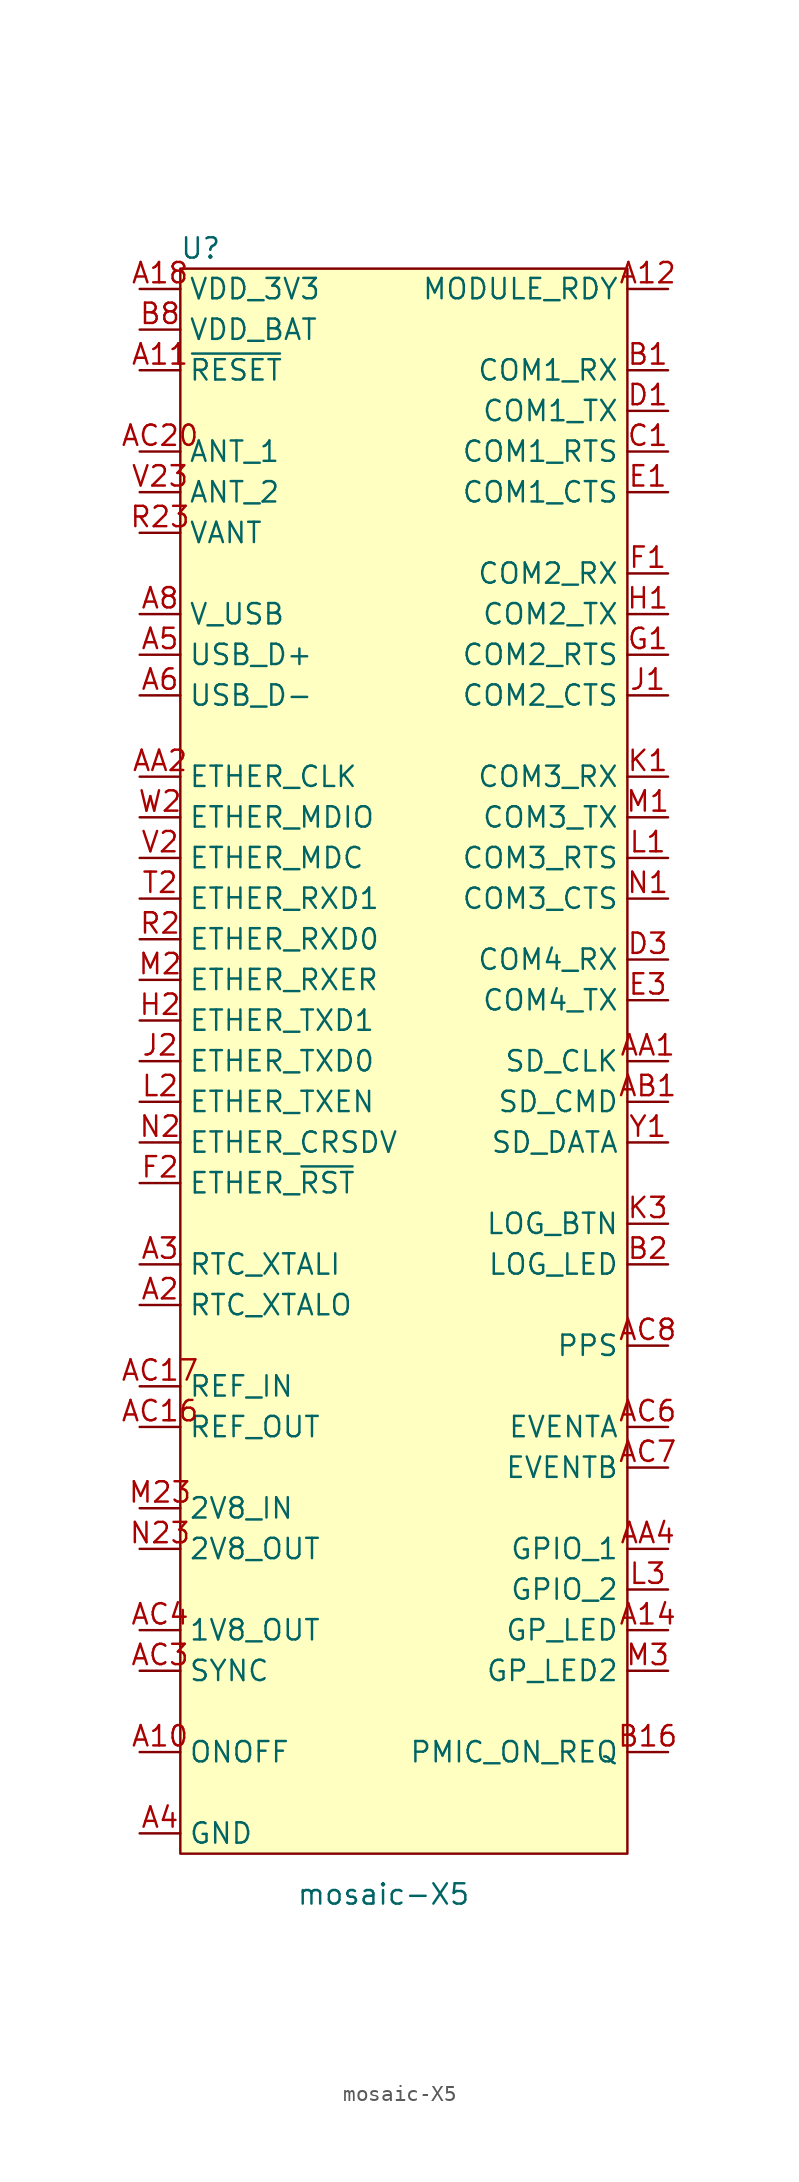
<source format=kicad_sym>
(kicad_symbol_lib
  (version 20241209)
  (generator "kicad_symbol_editor")
  (generator_version "9.0")
  (symbol "mosaic-X5"
    (property "Reference" "U"
      (at -12.7 44.45 0)
      (effects (font (size 1.27 1.27))))
    (property "Value" "mosaic-X5"
      (at -1.27 -58.42 0)
      (effects (font (size 1.27 1.27))))
    (symbol "mosaic-X5_1_1"
      (rectangle (start -13.97 43.18) (end 13.97 -55.88) (stroke (width 0) (type default)) (fill (type background)))
      (pin power_in line (at -16.51 41.91 0) (length 2.54) (name "VDD_3V3" (effects (font (size 1.27 1.27)))) (number "A18" (effects (font (size 1.27 1.27)))))
      (pin power_in line (at -16.51 41.91 0) (length 2.54) (hide yes) (name "VDD_3V3" (effects (font (size 1.27 1.27)))) (number "A19" (effects (font (size 1.27 1.27)))))
      (pin power_in line (at -16.51 41.91 0) (length 2.54) (hide yes) (name "VDD_3V3" (effects (font (size 1.27 1.27)))) (number "A20" (effects (font (size 1.27 1.27)))))
      (pin power_in line (at -16.51 41.91 0) (length 2.54) (hide yes) (name "VDD_3V3" (effects (font (size 1.27 1.27)))) (number "B18" (effects (font (size 1.27 1.27)))))
      (pin power_in line (at -16.51 41.91 0) (length 2.54) (hide yes) (name "VDD_3V3" (effects (font (size 1.27 1.27)))) (number "B19" (effects (font (size 1.27 1.27)))))
      (pin power_in line (at -16.51 41.91 0) (length 2.54) (hide yes) (name "VDD_3V3" (effects (font (size 1.27 1.27)))) (number "B20" (effects (font (size 1.27 1.27)))))
      (pin power_in line (at -16.51 41.91 0) (length 2.54) (hide yes) (name "VDD_3V3" (effects (font (size 1.27 1.27)))) (number "C18" (effects (font (size 1.27 1.27)))))
      (pin power_in line (at -16.51 41.91 0) (length 2.54) (hide yes) (name "VDD_3V3" (effects (font (size 1.27 1.27)))) (number "C19" (effects (font (size 1.27 1.27)))))
      (pin power_in line (at -16.51 41.91 0) (length 2.54) (hide yes) (name "VDD_3V3" (effects (font (size 1.27 1.27)))) (number "C20" (effects (font (size 1.27 1.27)))))
      (pin power_in line (at -16.51 39.37 0) (length 2.54) (name "VDD_BAT" (effects (font (size 1.27 1.27)))) (number "B8" (effects (font (size 1.27 1.27)))))
      (pin input line (at -16.51 36.83 0) (length 2.54) (name "~{RESET}" (effects (font (size 1.27 1.27)))) (number "A11" (effects (font (size 1.27 1.27)))))
      (pin input line (at -16.51 31.75 0) (length 2.54) (name "ANT_1" (effects (font (size 1.27 1.27)))) (number "AC20" (effects (font (size 1.27 1.27)))))
      (pin input line (at -16.51 29.21 0) (length 2.54) (name "ANT_2" (effects (font (size 1.27 1.27)))) (number "V23" (effects (font (size 1.27 1.27)))))
      (pin power_in line (at -16.51 26.67 0) (length 2.54) (hide yes) (name "VANT" (effects (font (size 1.27 1.27)))) (number "P23" (effects (font (size 1.27 1.27)))))
      (pin power_in line (at -16.51 26.67 0) (length 2.54) (name "VANT" (effects (font (size 1.27 1.27)))) (number "R23" (effects (font (size 1.27 1.27)))))
      (pin power_in line (at -16.51 21.59 0) (length 2.54) (name "V_USB" (effects (font (size 1.27 1.27)))) (number "A8" (effects (font (size 1.27 1.27)))))
      (pin bidirectional line (at -16.51 19.05 0) (length 2.54) (name "USB_D+" (effects (font (size 1.27 1.27)))) (number "A5" (effects (font (size 1.27 1.27)))))
      (pin bidirectional line (at -16.51 16.51 0) (length 2.54) (name "USB_D-" (effects (font (size 1.27 1.27)))) (number "A6" (effects (font (size 1.27 1.27)))))
      (pin output line (at -16.51 11.43 0) (length 2.54) (name "ETHER_CLK" (effects (font (size 1.27 1.27)))) (number "AA2" (effects (font (size 1.27 1.27)))))
      (pin bidirectional line (at -16.51 8.89 0) (length 2.54) (name "ETHER_MDIO" (effects (font (size 1.27 1.27)))) (number "W2" (effects (font (size 1.27 1.27)))))
      (pin output line (at -16.51 6.35 0) (length 2.54) (name "ETHER_MDC" (effects (font (size 1.27 1.27)))) (number "V2" (effects (font (size 1.27 1.27)))))
      (pin input line (at -16.51 3.81 0) (length 2.54) (name "ETHER_RXD1" (effects (font (size 1.27 1.27)))) (number "T2" (effects (font (size 1.27 1.27)))))
      (pin input line (at -16.51 1.27 0) (length 2.54) (name "ETHER_RXD0" (effects (font (size 1.27 1.27)))) (number "R2" (effects (font (size 1.27 1.27)))))
      (pin input line (at -16.51 -1.27 0) (length 2.54) (name "ETHER_RXER" (effects (font (size 1.27 1.27)))) (number "M2" (effects (font (size 1.27 1.27)))))
      (pin output line (at -16.51 -3.81 0) (length 2.54) (name "ETHER_TXD1" (effects (font (size 1.27 1.27)))) (number "H2" (effects (font (size 1.27 1.27)))))
      (pin output line (at -16.51 -6.35 0) (length 2.54) (name "ETHER_TXD0" (effects (font (size 1.27 1.27)))) (number "J2" (effects (font (size 1.27 1.27)))))
      (pin output line (at -16.51 -8.89 0) (length 2.54) (name "ETHER_TXEN" (effects (font (size 1.27 1.27)))) (number "L2" (effects (font (size 1.27 1.27)))))
      (pin input line (at -16.51 -11.43 0) (length 2.54) (name "ETHER_CRSDV" (effects (font (size 1.27 1.27)))) (number "N2" (effects (font (size 1.27 1.27)))))
      (pin output line (at -16.51 -13.97 0) (length 2.54) (name "ETHER_~{RST}" (effects (font (size 1.27 1.27)))) (number "F2" (effects (font (size 1.27 1.27)))))
      (pin input line (at -16.51 -19.05 0) (length 2.54) (name "RTC_XTALI" (effects (font (size 1.27 1.27)))) (number "A3" (effects (font (size 1.27 1.27)))))
      (pin output line (at -16.51 -21.59 0) (length 2.54) (name "RTC_XTALO" (effects (font (size 1.27 1.27)))) (number "A2" (effects (font (size 1.27 1.27)))))
      (pin input line (at -16.51 -26.67 0) (length 2.54) (name "REF_IN" (effects (font (size 1.27 1.27)))) (number "AC17" (effects (font (size 1.27 1.27)))))
      (pin output line (at -16.51 -29.21 0) (length 2.54) (name "REF_OUT" (effects (font (size 1.27 1.27)))) (number "AC16" (effects (font (size 1.27 1.27)))))
      (pin power_in line (at -16.51 -34.29 0) (length 2.54) (name "2V8_IN" (effects (font (size 1.27 1.27)))) (number "M23" (effects (font (size 1.27 1.27)))))
      (pin power_out line (at -16.51 -36.83 0) (length 2.54) (name "2V8_OUT" (effects (font (size 1.27 1.27)))) (number "N23" (effects (font (size 1.27 1.27)))))
      (pin power_out line (at -16.51 -41.91 0) (length 2.54) (name "1V8_OUT" (effects (font (size 1.27 1.27)))) (number "AC4" (effects (font (size 1.27 1.27)))))
      (pin input line (at -16.51 -44.45 0) (length 2.54) (name "SYNC" (effects (font (size 1.27 1.27)))) (number "AC3" (effects (font (size 1.27 1.27)))))
      (pin input line (at -16.51 -49.53 0) (length 2.54) (name "ONOFF" (effects (font (size 1.27 1.27)))) (number "A10" (effects (font (size 1.27 1.27)))))
      (pin power_in line (at -16.51 -54.61 0) (length 2.54) (hide yes) (name "GND" (effects (font (size 1.27 1.27)))) (number "A15" (effects (font (size 1.27 1.27)))))
      (pin power_in line (at -16.51 -54.61 0) (length 2.54) (hide yes) (name "GND" (effects (font (size 1.27 1.27)))) (number "A16" (effects (font (size 1.27 1.27)))))
      (pin power_in line (at -16.51 -54.61 0) (length 2.54) (hide yes) (name "GND" (effects (font (size 1.27 1.27)))) (number "A17" (effects (font (size 1.27 1.27)))))
      (pin power_in line (at -16.51 -54.61 0) (length 2.54) (hide yes) (name "GND" (effects (font (size 1.27 1.27)))) (number "A21" (effects (font (size 1.27 1.27)))))
      (pin power_in line (at -16.51 -54.61 0) (length 2.54) (hide yes) (name "GND" (effects (font (size 1.27 1.27)))) (number "A22" (effects (font (size 1.27 1.27)))))
      (pin power_in line (at -16.51 -54.61 0) (length 2.54) (hide yes) (name "GND" (effects (font (size 1.27 1.27)))) (number "A23" (effects (font (size 1.27 1.27)))))
      (pin power_in line (at -16.51 -54.61 0) (length 2.54) (name "GND" (effects (font (size 1.27 1.27)))) (number "A4" (effects (font (size 1.27 1.27)))))
      (pin power_in line (at -16.51 -54.61 0) (length 2.54) (hide yes) (name "GND" (effects (font (size 1.27 1.27)))) (number "A7" (effects (font (size 1.27 1.27)))))
      (pin power_in line (at -16.51 -54.61 0) (length 2.54) (hide yes) (name "GND" (effects (font (size 1.27 1.27)))) (number "AA13" (effects (font (size 1.27 1.27)))))
      (pin power_in line (at -16.51 -54.61 0) (length 2.54) (hide yes) (name "GND" (effects (font (size 1.27 1.27)))) (number "AA14" (effects (font (size 1.27 1.27)))))
      (pin power_in line (at -16.51 -54.61 0) (length 2.54) (hide yes) (name "GND" (effects (font (size 1.27 1.27)))) (number "AA15" (effects (font (size 1.27 1.27)))))
      (pin power_in line (at -16.51 -54.61 0) (length 2.54) (hide yes) (name "GND" (effects (font (size 1.27 1.27)))) (number "AA16" (effects (font (size 1.27 1.27)))))
      (pin power_in line (at -16.51 -54.61 0) (length 2.54) (hide yes) (name "GND" (effects (font (size 1.27 1.27)))) (number "AA17" (effects (font (size 1.27 1.27)))))
      (pin power_in line (at -16.51 -54.61 0) (length 2.54) (hide yes) (name "GND" (effects (font (size 1.27 1.27)))) (number "AA18" (effects (font (size 1.27 1.27)))))
      (pin power_in line (at -16.51 -54.61 0) (length 2.54) (hide yes) (name "GND" (effects (font (size 1.27 1.27)))) (number "AA19" (effects (font (size 1.27 1.27)))))
      (pin power_in line (at -16.51 -54.61 0) (length 2.54) (hide yes) (name "GND" (effects (font (size 1.27 1.27)))) (number "AA20" (effects (font (size 1.27 1.27)))))
      (pin power_in line (at -16.51 -54.61 0) (length 2.54) (hide yes) (name "GND" (effects (font (size 1.27 1.27)))) (number "AA21" (effects (font (size 1.27 1.27)))))
      (pin power_in line (at -16.51 -54.61 0) (length 2.54) (hide yes) (name "GND" (effects (font (size 1.27 1.27)))) (number "AA22" (effects (font (size 1.27 1.27)))))
      (pin power_in line (at -16.51 -54.61 0) (length 2.54) (hide yes) (name "GND" (effects (font (size 1.27 1.27)))) (number "AA23" (effects (font (size 1.27 1.27)))))
      (pin power_in line (at -16.51 -54.61 0) (length 2.54) (hide yes) (name "GND" (effects (font (size 1.27 1.27)))) (number "AB13" (effects (font (size 1.27 1.27)))))
      (pin power_in line (at -16.51 -54.61 0) (length 2.54) (hide yes) (name "GND" (effects (font (size 1.27 1.27)))) (number "AB14" (effects (font (size 1.27 1.27)))))
      (pin power_in line (at -16.51 -54.61 0) (length 2.54) (hide yes) (name "GND" (effects (font (size 1.27 1.27)))) (number "AB15" (effects (font (size 1.27 1.27)))))
      (pin power_in line (at -16.51 -54.61 0) (length 2.54) (hide yes) (name "GND" (effects (font (size 1.27 1.27)))) (number "AB16" (effects (font (size 1.27 1.27)))))
      (pin power_in line (at -16.51 -54.61 0) (length 2.54) (hide yes) (name "GND" (effects (font (size 1.27 1.27)))) (number "AB17" (effects (font (size 1.27 1.27)))))
      (pin power_in line (at -16.51 -54.61 0) (length 2.54) (hide yes) (name "GND" (effects (font (size 1.27 1.27)))) (number "AB18" (effects (font (size 1.27 1.27)))))
      (pin power_in line (at -16.51 -54.61 0) (length 2.54) (hide yes) (name "GND" (effects (font (size 1.27 1.27)))) (number "AB19" (effects (font (size 1.27 1.27)))))
      (pin power_in line (at -16.51 -54.61 0) (length 2.54) (hide yes) (name "GND" (effects (font (size 1.27 1.27)))) (number "AB2" (effects (font (size 1.27 1.27)))))
      (pin power_in line (at -16.51 -54.61 0) (length 2.54) (hide yes) (name "GND" (effects (font (size 1.27 1.27)))) (number "AB20" (effects (font (size 1.27 1.27)))))
      (pin power_in line (at -16.51 -54.61 0) (length 2.54) (hide yes) (name "GND" (effects (font (size 1.27 1.27)))) (number "AB21" (effects (font (size 1.27 1.27)))))
      (pin power_in line (at -16.51 -54.61 0) (length 2.54) (hide yes) (name "GND" (effects (font (size 1.27 1.27)))) (number "AB22" (effects (font (size 1.27 1.27)))))
      (pin power_in line (at -16.51 -54.61 0) (length 2.54) (hide yes) (name "GND" (effects (font (size 1.27 1.27)))) (number "AB23" (effects (font (size 1.27 1.27)))))
      (pin power_in line (at -16.51 -54.61 0) (length 2.54) (hide yes) (name "GND" (effects (font (size 1.27 1.27)))) (number "AB3" (effects (font (size 1.27 1.27)))))
      (pin power_in line (at -16.51 -54.61 0) (length 2.54) (hide yes) (name "GND" (effects (font (size 1.27 1.27)))) (number "AB4" (effects (font (size 1.27 1.27)))))
      (pin power_in line (at -16.51 -54.61 0) (length 2.54) (hide yes) (name "GND" (effects (font (size 1.27 1.27)))) (number "AB5" (effects (font (size 1.27 1.27)))))
      (pin power_in line (at -16.51 -54.61 0) (length 2.54) (hide yes) (name "GND" (effects (font (size 1.27 1.27)))) (number "AB6" (effects (font (size 1.27 1.27)))))
      (pin power_in line (at -16.51 -54.61 0) (length 2.54) (hide yes) (name "GND" (effects (font (size 1.27 1.27)))) (number "AB7" (effects (font (size 1.27 1.27)))))
      (pin power_in line (at -16.51 -54.61 0) (length 2.54) (hide yes) (name "GND" (effects (font (size 1.27 1.27)))) (number "AB8" (effects (font (size 1.27 1.27)))))
      (pin power_in line (at -16.51 -54.61 0) (length 2.54) (hide yes) (name "GND" (effects (font (size 1.27 1.27)))) (number "AC13" (effects (font (size 1.27 1.27)))))
      (pin power_in line (at -16.51 -54.61 0) (length 2.54) (hide yes) (name "GND" (effects (font (size 1.27 1.27)))) (number "AC15" (effects (font (size 1.27 1.27)))))
      (pin power_in line (at -16.51 -54.61 0) (length 2.54) (hide yes) (name "GND" (effects (font (size 1.27 1.27)))) (number "AC18" (effects (font (size 1.27 1.27)))))
      (pin power_in line (at -16.51 -54.61 0) (length 2.54) (hide yes) (name "GND" (effects (font (size 1.27 1.27)))) (number "AC19" (effects (font (size 1.27 1.27)))))
      (pin power_in line (at -16.51 -54.61 0) (length 2.54) (hide yes) (name "GND" (effects (font (size 1.27 1.27)))) (number "AC21" (effects (font (size 1.27 1.27)))))
      (pin power_in line (at -16.51 -54.61 0) (length 2.54) (hide yes) (name "GND" (effects (font (size 1.27 1.27)))) (number "AC22" (effects (font (size 1.27 1.27)))))
      (pin power_in line (at -16.51 -54.61 0) (length 2.54) (hide yes) (name "GND" (effects (font (size 1.27 1.27)))) (number "AC23" (effects (font (size 1.27 1.27)))))
      (pin power_in line (at -16.51 -54.61 0) (length 2.54) (hide yes) (name "GND" (effects (font (size 1.27 1.27)))) (number "B13" (effects (font (size 1.27 1.27)))))
      (pin power_in line (at -16.51 -54.61 0) (length 2.54) (hide yes) (name "GND" (effects (font (size 1.27 1.27)))) (number "B17" (effects (font (size 1.27 1.27)))))
      (pin power_in line (at -16.51 -54.61 0) (length 2.54) (hide yes) (name "GND" (effects (font (size 1.27 1.27)))) (number "B21" (effects (font (size 1.27 1.27)))))
      (pin power_in line (at -16.51 -54.61 0) (length 2.54) (hide yes) (name "GND" (effects (font (size 1.27 1.27)))) (number "B4" (effects (font (size 1.27 1.27)))))
      (pin power_in line (at -16.51 -54.61 0) (length 2.54) (hide yes) (name "GND" (effects (font (size 1.27 1.27)))) (number "B5" (effects (font (size 1.27 1.27)))))
      (pin power_in line (at -16.51 -54.61 0) (length 2.54) (hide yes) (name "GND" (effects (font (size 1.27 1.27)))) (number "B6" (effects (font (size 1.27 1.27)))))
      (pin power_in line (at -16.51 -54.61 0) (length 2.54) (hide yes) (name "GND" (effects (font (size 1.27 1.27)))) (number "B7" (effects (font (size 1.27 1.27)))))
      (pin power_in line (at -16.51 -54.61 0) (length 2.54) (hide yes) (name "GND" (effects (font (size 1.27 1.27)))) (number "C15" (effects (font (size 1.27 1.27)))))
      (pin power_in line (at -16.51 -54.61 0) (length 2.54) (hide yes) (name "GND" (effects (font (size 1.27 1.27)))) (number "C16" (effects (font (size 1.27 1.27)))))
      (pin power_in line (at -16.51 -54.61 0) (length 2.54) (hide yes) (name "GND" (effects (font (size 1.27 1.27)))) (number "C17" (effects (font (size 1.27 1.27)))))
      (pin power_in line (at -16.51 -54.61 0) (length 2.54) (hide yes) (name "GND" (effects (font (size 1.27 1.27)))) (number "C23" (effects (font (size 1.27 1.27)))))
      (pin power_in line (at -16.51 -54.61 0) (length 2.54) (hide yes) (name "GND" (effects (font (size 1.27 1.27)))) (number "C4" (effects (font (size 1.27 1.27)))))
      (pin power_in line (at -16.51 -54.61 0) (length 2.54) (hide yes) (name "GND" (effects (font (size 1.27 1.27)))) (number "C7" (effects (font (size 1.27 1.27)))))
      (pin power_in line (at -16.51 -54.61 0) (length 2.54) (hide yes) (name "GND" (effects (font (size 1.27 1.27)))) (number "D2" (effects (font (size 1.27 1.27)))))
      (pin power_in line (at -16.51 -54.61 0) (length 2.54) (hide yes) (name "GND" (effects (font (size 1.27 1.27)))) (number "D21" (effects (font (size 1.27 1.27)))))
      (pin power_in line (at -16.51 -54.61 0) (length 2.54) (hide yes) (name "GND" (effects (font (size 1.27 1.27)))) (number "D22" (effects (font (size 1.27 1.27)))))
      (pin power_in line (at -16.51 -54.61 0) (length 2.54) (hide yes) (name "GND" (effects (font (size 1.27 1.27)))) (number "D23" (effects (font (size 1.27 1.27)))))
      (pin power_in line (at -16.51 -54.61 0) (length 2.54) (hide yes) (name "GND" (effects (font (size 1.27 1.27)))) (number "E2" (effects (font (size 1.27 1.27)))))
      (pin power_in line (at -16.51 -54.61 0) (length 2.54) (hide yes) (name "GND" (effects (font (size 1.27 1.27)))) (number "E21" (effects (font (size 1.27 1.27)))))
      (pin power_in line (at -16.51 -54.61 0) (length 2.54) (hide yes) (name "GND" (effects (font (size 1.27 1.27)))) (number "E22" (effects (font (size 1.27 1.27)))))
      (pin power_in line (at -16.51 -54.61 0) (length 2.54) (hide yes) (name "GND" (effects (font (size 1.27 1.27)))) (number "E23" (effects (font (size 1.27 1.27)))))
      (pin power_in line (at -16.51 -54.61 0) (length 2.54) (hide yes) (name "GND" (effects (font (size 1.27 1.27)))) (number "F21" (effects (font (size 1.27 1.27)))))
      (pin power_in line (at -16.51 -54.61 0) (length 2.54) (hide yes) (name "GND" (effects (font (size 1.27 1.27)))) (number "F22" (effects (font (size 1.27 1.27)))))
      (pin power_in line (at -16.51 -54.61 0) (length 2.54) (hide yes) (name "GND" (effects (font (size 1.27 1.27)))) (number "F23" (effects (font (size 1.27 1.27)))))
      (pin power_in line (at -16.51 -54.61 0) (length 2.54) (hide yes) (name "GND" (effects (font (size 1.27 1.27)))) (number "G2" (effects (font (size 1.27 1.27)))))
      (pin power_in line (at -16.51 -54.61 0) (length 2.54) (hide yes) (name "GND" (effects (font (size 1.27 1.27)))) (number "G21" (effects (font (size 1.27 1.27)))))
      (pin power_in line (at -16.51 -54.61 0) (length 2.54) (hide yes) (name "GND" (effects (font (size 1.27 1.27)))) (number "G23" (effects (font (size 1.27 1.27)))))
      (pin power_in line (at -16.51 -54.61 0) (length 2.54) (hide yes) (name "GND" (effects (font (size 1.27 1.27)))) (number "H21" (effects (font (size 1.27 1.27)))))
      (pin power_in line (at -16.51 -54.61 0) (length 2.54) (hide yes) (name "GND" (effects (font (size 1.27 1.27)))) (number "H22" (effects (font (size 1.27 1.27)))))
      (pin power_in line (at -16.51 -54.61 0) (length 2.54) (hide yes) (name "GND" (effects (font (size 1.27 1.27)))) (number "H23" (effects (font (size 1.27 1.27)))))
      (pin power_in line (at -16.51 -54.61 0) (length 2.54) (hide yes) (name "GND" (effects (font (size 1.27 1.27)))) (number "J21" (effects (font (size 1.27 1.27)))))
      (pin power_in line (at -16.51 -54.61 0) (length 2.54) (hide yes) (name "GND" (effects (font (size 1.27 1.27)))) (number "J22" (effects (font (size 1.27 1.27)))))
      (pin power_in line (at -16.51 -54.61 0) (length 2.54) (hide yes) (name "GND" (effects (font (size 1.27 1.27)))) (number "J23" (effects (font (size 1.27 1.27)))))
      (pin power_in line (at -16.51 -54.61 0) (length 2.54) (hide yes) (name "GND" (effects (font (size 1.27 1.27)))) (number "K2" (effects (font (size 1.27 1.27)))))
      (pin power_in line (at -16.51 -54.61 0) (length 2.54) (hide yes) (name "GND" (effects (font (size 1.27 1.27)))) (number "K21" (effects (font (size 1.27 1.27)))))
      (pin power_in line (at -16.51 -54.61 0) (length 2.54) (hide yes) (name "GND" (effects (font (size 1.27 1.27)))) (number "K22" (effects (font (size 1.27 1.27)))))
      (pin power_in line (at -16.51 -54.61 0) (length 2.54) (hide yes) (name "GND" (effects (font (size 1.27 1.27)))) (number "K23" (effects (font (size 1.27 1.27)))))
      (pin power_in line (at -16.51 -54.61 0) (length 2.54) (hide yes) (name "GND" (effects (font (size 1.27 1.27)))) (number "L21" (effects (font (size 1.27 1.27)))))
      (pin power_in line (at -16.51 -54.61 0) (length 2.54) (hide yes) (name "GND" (effects (font (size 1.27 1.27)))) (number "L22" (effects (font (size 1.27 1.27)))))
      (pin power_in line (at -16.51 -54.61 0) (length 2.54) (hide yes) (name "GND" (effects (font (size 1.27 1.27)))) (number "L23" (effects (font (size 1.27 1.27)))))
      (pin power_in line (at -16.51 -54.61 0) (length 2.54) (hide yes) (name "GND" (effects (font (size 1.27 1.27)))) (number "M21" (effects (font (size 1.27 1.27)))))
      (pin power_in line (at -16.51 -54.61 0) (length 2.54) (hide yes) (name "GND" (effects (font (size 1.27 1.27)))) (number "M22" (effects (font (size 1.27 1.27)))))
      (pin power_in line (at -16.51 -54.61 0) (length 2.54) (hide yes) (name "GND" (effects (font (size 1.27 1.27)))) (number "N21" (effects (font (size 1.27 1.27)))))
      (pin power_in line (at -16.51 -54.61 0) (length 2.54) (hide yes) (name "GND" (effects (font (size 1.27 1.27)))) (number "N22" (effects (font (size 1.27 1.27)))))
      (pin power_in line (at -16.51 -54.61 0) (length 2.54) (hide yes) (name "GND" (effects (font (size 1.27 1.27)))) (number "P1" (effects (font (size 1.27 1.27)))))
      (pin power_in line (at -16.51 -54.61 0) (length 2.54) (hide yes) (name "GND" (effects (font (size 1.27 1.27)))) (number "P2" (effects (font (size 1.27 1.27)))))
      (pin power_in line (at -16.51 -54.61 0) (length 2.54) (hide yes) (name "GND" (effects (font (size 1.27 1.27)))) (number "P21" (effects (font (size 1.27 1.27)))))
      (pin power_in line (at -16.51 -54.61 0) (length 2.54) (hide yes) (name "GND" (effects (font (size 1.27 1.27)))) (number "P22" (effects (font (size 1.27 1.27)))))
      (pin power_in line (at -16.51 -54.61 0) (length 2.54) (hide yes) (name "GND" (effects (font (size 1.27 1.27)))) (number "P3" (effects (font (size 1.27 1.27)))))
      (pin power_in line (at -16.51 -54.61 0) (length 2.54) (hide yes) (name "GND" (effects (font (size 1.27 1.27)))) (number "R21" (effects (font (size 1.27 1.27)))))
      (pin power_in line (at -16.51 -54.61 0) (length 2.54) (hide yes) (name "GND" (effects (font (size 1.27 1.27)))) (number "R22" (effects (font (size 1.27 1.27)))))
      (pin power_in line (at -16.51 -54.61 0) (length 2.54) (hide yes) (name "GND" (effects (font (size 1.27 1.27)))) (number "R3" (effects (font (size 1.27 1.27)))))
      (pin power_in line (at -16.51 -54.61 0) (length 2.54) (hide yes) (name "GND" (effects (font (size 1.27 1.27)))) (number "T21" (effects (font (size 1.27 1.27)))))
      (pin power_in line (at -16.51 -54.61 0) (length 2.54) (hide yes) (name "GND" (effects (font (size 1.27 1.27)))) (number "T22" (effects (font (size 1.27 1.27)))))
      (pin power_in line (at -16.51 -54.61 0) (length 2.54) (hide yes) (name "GND" (effects (font (size 1.27 1.27)))) (number "T23" (effects (font (size 1.27 1.27)))))
      (pin power_in line (at -16.51 -54.61 0) (length 2.54) (hide yes) (name "GND" (effects (font (size 1.27 1.27)))) (number "U2" (effects (font (size 1.27 1.27)))))
      (pin power_in line (at -16.51 -54.61 0) (length 2.54) (hide yes) (name "GND" (effects (font (size 1.27 1.27)))) (number "U21" (effects (font (size 1.27 1.27)))))
      (pin power_in line (at -16.51 -54.61 0) (length 2.54) (hide yes) (name "GND" (effects (font (size 1.27 1.27)))) (number "U22" (effects (font (size 1.27 1.27)))))
      (pin power_in line (at -16.51 -54.61 0) (length 2.54) (hide yes) (name "GND" (effects (font (size 1.27 1.27)))) (number "U23" (effects (font (size 1.27 1.27)))))
      (pin power_in line (at -16.51 -54.61 0) (length 2.54) (hide yes) (name "GND" (effects (font (size 1.27 1.27)))) (number "V21" (effects (font (size 1.27 1.27)))))
      (pin power_in line (at -16.51 -54.61 0) (length 2.54) (hide yes) (name "GND" (effects (font (size 1.27 1.27)))) (number "V22" (effects (font (size 1.27 1.27)))))
      (pin power_in line (at -16.51 -54.61 0) (length 2.54) (hide yes) (name "GND" (effects (font (size 1.27 1.27)))) (number "W21" (effects (font (size 1.27 1.27)))))
      (pin power_in line (at -16.51 -54.61 0) (length 2.54) (hide yes) (name "GND" (effects (font (size 1.27 1.27)))) (number "W22" (effects (font (size 1.27 1.27)))))
      (pin power_in line (at -16.51 -54.61 0) (length 2.54) (hide yes) (name "GND" (effects (font (size 1.27 1.27)))) (number "W23" (effects (font (size 1.27 1.27)))))
      (pin power_in line (at -16.51 -54.61 0) (length 2.54) (hide yes) (name "GND" (effects (font (size 1.27 1.27)))) (number "Y2" (effects (font (size 1.27 1.27)))))
      (pin power_in line (at -16.51 -54.61 0) (length 2.54) (hide yes) (name "GND" (effects (font (size 1.27 1.27)))) (number "Y21" (effects (font (size 1.27 1.27)))))
      (pin power_in line (at -16.51 -54.61 0) (length 2.54) (hide yes) (name "GND" (effects (font (size 1.27 1.27)))) (number "Y22" (effects (font (size 1.27 1.27)))))
      (pin power_in line (at -16.51 -54.61 0) (length 2.54) (hide yes) (name "GND" (effects (font (size 1.27 1.27)))) (number "Y23" (effects (font (size 1.27 1.27)))))
      (pin no_connect line (at -13.97 -24.13 0) (length 2.54) (hide yes) (name "VTUNE" (effects (font (size 1.27 1.27)))) (number "AC14" (effects (font (size 1.27 1.27)))))
      (pin output line (at 16.51 41.91 180) (length 2.54) (name "MODULE_RDY" (effects (font (size 1.27 1.27)))) (number "A12" (effects (font (size 1.27 1.27)))))
      (pin input line (at 16.51 36.83 180) (length 2.54) (name "COM1_RX" (effects (font (size 1.27 1.27)))) (number "B1" (effects (font (size 1.27 1.27)))))
      (pin output line (at 16.51 34.29 180) (length 2.54) (name "COM1_TX" (effects (font (size 1.27 1.27)))) (number "D1" (effects (font (size 1.27 1.27)))))
      (pin output line (at 16.51 31.75 180) (length 2.54) (name "COM1_RTS" (effects (font (size 1.27 1.27)))) (number "C1" (effects (font (size 1.27 1.27)))))
      (pin input line (at 16.51 29.21 180) (length 2.54) (name "COM1_CTS" (effects (font (size 1.27 1.27)))) (number "E1" (effects (font (size 1.27 1.27)))))
      (pin input line (at 16.51 24.13 180) (length 2.54) (name "COM2_RX" (effects (font (size 1.27 1.27)))) (number "F1" (effects (font (size 1.27 1.27)))))
      (pin output line (at 16.51 21.59 180) (length 2.54) (name "COM2_TX" (effects (font (size 1.27 1.27)))) (number "H1" (effects (font (size 1.27 1.27)))))
      (pin output line (at 16.51 19.05 180) (length 2.54) (name "COM2_RTS" (effects (font (size 1.27 1.27)))) (number "G1" (effects (font (size 1.27 1.27)))))
      (pin input line (at 16.51 16.51 180) (length 2.54) (name "COM2_CTS" (effects (font (size 1.27 1.27)))) (number "J1" (effects (font (size 1.27 1.27)))))
      (pin input line (at 16.51 11.43 180) (length 2.54) (name "COM3_RX" (effects (font (size 1.27 1.27)))) (number "K1" (effects (font (size 1.27 1.27)))))
      (pin output line (at 16.51 8.89 180) (length 2.54) (name "COM3_TX" (effects (font (size 1.27 1.27)))) (number "M1" (effects (font (size 1.27 1.27)))))
      (pin output line (at 16.51 6.35 180) (length 2.54) (name "COM3_RTS" (effects (font (size 1.27 1.27)))) (number "L1" (effects (font (size 1.27 1.27)))))
      (pin input line (at 16.51 3.81 180) (length 2.54) (name "COM3_CTS" (effects (font (size 1.27 1.27)))) (number "N1" (effects (font (size 1.27 1.27)))))
      (pin output line (at 16.51 0 180) (length 2.54) (name "COM4_RX" (effects (font (size 1.27 1.27)))) (number "D3" (effects (font (size 1.27 1.27)))))
      (pin output line (at 16.51 -2.54 180) (length 2.54) (name "COM4_TX" (effects (font (size 1.27 1.27)))) (number "E3" (effects (font (size 1.27 1.27)))))
      (pin output line (at 16.51 -6.35 180) (length 2.54) (name "SD_CLK" (effects (font (size 1.27 1.27)))) (number "AA1" (effects (font (size 1.27 1.27)))))
      (pin output line (at 16.51 -8.89 180) (length 2.54) (name "SD_CMD" (effects (font (size 1.27 1.27)))) (number "AB1" (effects (font (size 1.27 1.27)))))
      (pin bidirectional line (at 16.51 -11.43 180) (length 2.54) (name "SD_DATA" (effects (font (size 1.27 1.27)))) (number "Y1" (effects (font (size 1.27 1.27)))))
      (pin input line (at 16.51 -16.51 180) (length 2.54) (name "LOG_BTN" (effects (font (size 1.27 1.27)))) (number "K3" (effects (font (size 1.27 1.27)))))
      (pin output line (at 16.51 -19.05 180) (length 2.54) (name "LOG_LED" (effects (font (size 1.27 1.27)))) (number "B2" (effects (font (size 1.27 1.27)))))
      (pin output line (at 16.51 -24.13 180) (length 2.54) (name "PPS" (effects (font (size 1.27 1.27)))) (number "AC8" (effects (font (size 1.27 1.27)))))
      (pin input line (at 16.51 -29.21 180) (length 2.54) (name "EVENTA" (effects (font (size 1.27 1.27)))) (number "AC6" (effects (font (size 1.27 1.27)))))
      (pin input line (at 16.51 -31.75 180) (length 2.54) (name "EVENTB" (effects (font (size 1.27 1.27)))) (number "AC7" (effects (font (size 1.27 1.27)))))
      (pin output line (at 16.51 -36.83 180) (length 2.54) (name "GPIO_1" (effects (font (size 1.27 1.27)))) (number "AA4" (effects (font (size 1.27 1.27)))))
      (pin output line (at 16.51 -39.37 180) (length 2.54) (name "GPIO_2" (effects (font (size 1.27 1.27)))) (number "L3" (effects (font (size 1.27 1.27)))))
      (pin output line (at 16.51 -41.91 180) (length 2.54) (name "GP_LED" (effects (font (size 1.27 1.27)))) (number "A14" (effects (font (size 1.27 1.27)))))
      (pin output line (at 16.51 -44.45 180) (length 2.54) (name "GP_LED2" (effects (font (size 1.27 1.27)))) (number "M3" (effects (font (size 1.27 1.27)))))
      (pin output line (at 16.51 -49.53 180) (length 2.54) (name "PMIC_ON_REQ" (effects (font (size 1.27 1.27)))) (number "B16" (effects (font (size 1.27 1.27))))))))
</source>
